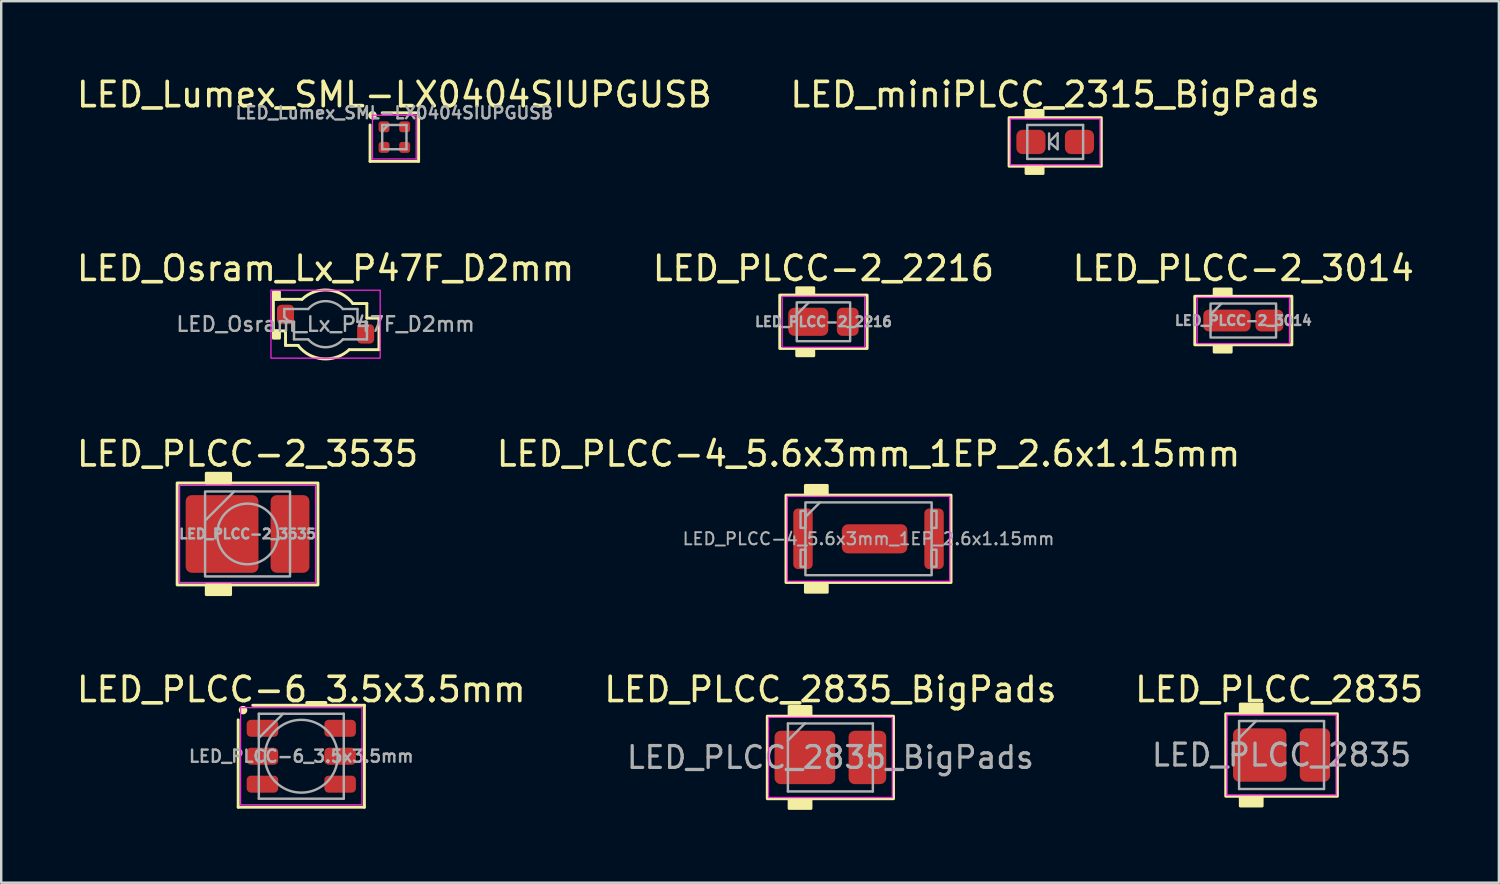
<source format=kicad_pcb>
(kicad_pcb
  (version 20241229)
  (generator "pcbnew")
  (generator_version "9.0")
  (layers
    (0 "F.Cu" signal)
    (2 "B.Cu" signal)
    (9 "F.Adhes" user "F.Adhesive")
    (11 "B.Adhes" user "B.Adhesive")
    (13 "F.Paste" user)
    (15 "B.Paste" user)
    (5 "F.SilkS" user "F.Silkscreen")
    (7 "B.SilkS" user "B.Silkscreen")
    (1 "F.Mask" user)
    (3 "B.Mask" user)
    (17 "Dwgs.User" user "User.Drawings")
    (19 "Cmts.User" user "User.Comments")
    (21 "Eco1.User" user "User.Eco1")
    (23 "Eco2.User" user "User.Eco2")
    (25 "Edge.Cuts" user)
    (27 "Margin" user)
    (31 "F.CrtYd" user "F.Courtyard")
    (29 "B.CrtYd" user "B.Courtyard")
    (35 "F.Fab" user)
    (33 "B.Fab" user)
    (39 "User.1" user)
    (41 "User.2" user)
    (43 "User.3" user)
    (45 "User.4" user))
  (footprint "LED_PLCC_2835"
    (layer "F.Cu")
    (at 49.749 28.056)
    (property "Reference" "LED_PLCC_2835" (at -0.1 -2.7 0) (layer "F.SilkS") (effects (font (size 1 1) (thickness 0.15))))
    (attr smd)
    (fp_rect (start -2.3 -1.7) (end 2.3 1.7) (stroke (width 0.12) (type solid)) (fill no) (layer "F.SilkS"))
    (fp_rect (start -1.7 -2.1) (end -0.8 -1.7) (stroke (width 0.12) (type solid)) (fill yes) (layer "F.SilkS"))
    (fp_rect (start -1.7 1.7) (end -0.8 2.1) (stroke (width 0.12) (type solid)) (fill yes) (layer "F.SilkS"))
    (fp_line (start -2.25 -1.65) (end 2.25 -1.65) (stroke (width 0.05) (type solid)) (layer "F.CrtYd"))
    (fp_line (start -2.25 1.65) (end -2.25 -1.65) (stroke (width 0.05) (type solid)) (layer "F.CrtYd"))
    (fp_line (start 2.25 -1.65) (end 2.25 1.65) (stroke (width 0.05) (type solid)) (layer "F.CrtYd"))
    (fp_line (start 2.25 1.65) (end -2.25 1.65) (stroke (width 0.05) (type solid)) (layer "F.CrtYd"))
    (fp_line (start -1.75 -1.4) (end -1.75 -0.7) (stroke (width 0.1) (type default)) (layer "F.Fab"))
    (fp_line (start -1.75 1.4) (end -1.75 -0.7) (stroke (width 0.1) (type solid)) (layer "F.Fab"))
    (fp_line (start -1.05 -1.4) (end -1.75 -1.4) (stroke (width 0.1) (type default)) (layer "F.Fab"))
    (fp_line (start -1.05 -1.4) (end -1.75 -0.7) (stroke (width 0.1) (type solid)) (layer "F.Fab"))
    (fp_line (start -1.05 -1.4) (end 1.75 -1.4) (stroke (width 0.1) (type solid)) (layer "F.Fab"))
    (fp_line (start 1.75 -1.4) (end 1.75 1.4) (stroke (width 0.1) (type solid)) (layer "F.Fab"))
    (fp_line (start 1.75 1.4) (end -1.75 1.4) (stroke (width 0.1) (type solid)) (layer "F.Fab"))
    (fp_text user "${REFERENCE}" (at 0 0 0) (layer "F.Fab") (effects (font (size 0.9 0.9) (thickness 0.135))))
    (pad "1" smd roundrect (at -0.9 0) (size 2.2 2.2) (layers "F.Cu" "F.Mask" "F.Paste") (roundrect_rratio 0.114))
    (pad "2" smd roundrect (at 1.375 0) (size 1.25 2.2) (layers "F.Cu" "F.Mask" "F.Paste") (roundrect_rratio 0.2)))
  (footprint "LED_PLCC-2_3535"
    (layer "F.Cu")
    (at 7.149 18.948)
    (property "Reference" "LED_PLCC-2_3535" (at 0 -3.3 0) (layer "F.SilkS") (effects (font (size 1 1) (thickness 0.15))))
    (attr smd)
    (fp_rect (start -2.9 -2.1) (end 2.9 2.1) (stroke (width 0.12) (type default)) (fill no) (layer "F.SilkS"))
    (fp_rect (start -1.7 -2.5) (end -0.7 -2.1) (stroke (width 0.12) (type default)) (fill yes) (layer "F.SilkS"))
    (fp_rect (start -1.7 2.1) (end -0.7 2.5) (stroke (width 0.12) (type default)) (fill yes) (layer "F.SilkS"))
    (fp_rect (start -2.8 -2) (end 2.8 2) (stroke (width 0.05) (type default)) (fill no) (layer "F.CrtYd"))
    (fp_line (start -1.75 -0.55) (end -0.55 -1.75) (stroke (width 0.1) (type default)) (layer "F.Fab"))
    (fp_rect (start -1.75 -1.75) (end 1.75 1.75) (stroke (width 0.1) (type default)) (fill no) (layer "F.Fab"))
    (fp_circle (center 0 0) (end 0 -1.25) (stroke (width 0.1) (type solid)) (fill no) (layer "F.Fab"))
    (fp_text user "${REFERENCE}" (at 0 0 0) (layer "F.Fab") (effects (font (size 0.4 0.4) (thickness 0.1))))
    (pad "1" smd roundrect (at -1.05 0) (size 3 3.2) (layers "F.Cu" "F.Mask" "F.Paste") (roundrect_rratio 0.083))
    (pad "2" smd roundrect (at 1.75 0) (size 1.6 3.2) (layers "F.Cu" "F.Mask" "F.Paste") (roundrect_rratio 0.156)))
  (footprint "LED_PLCC-2_3014"
    (layer "F.Cu")
    (at 48.173 10.156)
    (property "Reference" "LED_PLCC-2_3014" (at 0 -2.15 0) (layer "F.SilkS") (effects (font (size 1 1) (thickness 0.15))))
    (attr smd)
    (fp_rect (start -2 -1) (end 2 1) (stroke (width 0.12) (type default)) (fill no) (layer "F.SilkS"))
    (fp_rect (start -1.2 -1.3) (end -0.5 -1) (stroke (width 0.12) (type solid)) (fill yes) (layer "F.SilkS"))
    (fp_rect (start -1.2 1) (end -0.5 1.3) (stroke (width 0.12) (type solid)) (fill yes) (layer "F.SilkS"))
    (fp_rect (start -1.9 -0.95) (end 1.9 0.95) (stroke (width 0.05) (type default)) (fill no) (layer "F.CrtYd"))
    (fp_line (start -1.35 -0.25) (end -0.9 -0.7) (stroke (width 0.1) (type default)) (layer "F.Fab"))
    (fp_rect (start -1.35 -0.7) (end 1.35 0.7) (stroke (width 0.1) (type default)) (fill no) (layer "F.Fab"))
    (fp_text user "${REFERENCE}" (at 0 0 0) (layer "F.Fab") (effects (font (size 0.4 0.4) (thickness 0.1))))
    (pad "1" smd roundrect (at -0.675 0 180) (size 1.95 0.9) (layers "F.Cu" "F.Mask" "F.Paste") (roundrect_rratio 0.25))
    (pad "2" smd roundrect (at 1.075 0 180) (size 1.15 0.9) (layers "F.Cu" "F.Mask" "F.Paste") (roundrect_rratio 0.25)))
  (footprint "LED_PLCC_2835_BigPads"
    (layer "F.Cu")
    (at 31.161 28.156)
    (property "Reference" "LED_PLCC_2835_BigPads" (at 0 -2.8 0) (layer "F.SilkS") (effects (font (size 1 1) (thickness 0.15))))
    (attr smd)
    (fp_rect (start -2.6 -1.7) (end 2.6 1.7) (stroke (width 0.12) (type solid)) (fill no) (layer "F.SilkS"))
    (fp_rect (start -1.7 -2.1) (end -0.8 -1.7) (stroke (width 0.12) (type solid)) (fill yes) (layer "F.SilkS"))
    (fp_rect (start -1.7 1.7) (end -0.8 2.1) (stroke (width 0.12) (type solid)) (fill yes) (layer "F.SilkS"))
    (fp_line (start -2.55 -1.65) (end 2.55 -1.65) (stroke (width 0.05) (type solid)) (layer "F.CrtYd"))
    (fp_line (start -2.55 1.65) (end -2.55 -1.65) (stroke (width 0.05) (type solid)) (layer "F.CrtYd"))
    (fp_line (start 2.55 -1.65) (end 2.55 1.65) (stroke (width 0.05) (type solid)) (layer "F.CrtYd"))
    (fp_line (start 2.55 1.65) (end -2.55 1.65) (stroke (width 0.05) (type solid)) (layer "F.CrtYd"))
    (fp_line (start -1.75 -1.4) (end -1.05 -1.4) (stroke (width 0.1) (type default)) (layer "F.Fab"))
    (fp_line (start -1.75 -0.7) (end -1.75 -1.4) (stroke (width 0.1) (type default)) (layer "F.Fab"))
    (fp_line (start -1.75 1.4) (end -1.75 -0.7) (stroke (width 0.1) (type solid)) (layer "F.Fab"))
    (fp_line (start -1.05 -1.4) (end -1.75 -0.7) (stroke (width 0.1) (type solid)) (layer "F.Fab"))
    (fp_line (start -1.05 -1.4) (end 1.75 -1.4) (stroke (width 0.1) (type solid)) (layer "F.Fab"))
    (fp_line (start 1.75 -1.4) (end 1.75 1.4) (stroke (width 0.1) (type solid)) (layer "F.Fab"))
    (fp_line (start 1.75 1.4) (end -1.75 1.4) (stroke (width 0.1) (type solid)) (layer "F.Fab"))
    (fp_text user "${REFERENCE}" (at 0 0 0) (layer "F.Fab") (effects (font (size 0.9 0.9) (thickness 0.135))))
    (pad "1" smd roundrect (at -1.05 0) (size 2.5 2.2) (layers "F.Cu" "F.Mask" "F.Paste") (roundrect_rratio 0.114))
    (pad "2" smd roundrect (at 1.525 0) (size 1.55 2.2) (layers "F.Cu" "F.Mask" "F.Paste") (roundrect_rratio 0.161)))
  (footprint "LED_Osram_Lx_P47F_D2mm"
    (layer "F.Cu")
    (at 10.363 10.306)
    (property "Reference" "LED_Osram_Lx_P47F_D2mm" (at 0 -2.3 0) (layer "F.SilkS") (effects (font (size 1 1) (thickness 0.15))))
    (attr smd)
    (fp_line (start -2.15 -1.025) (end -2.15 0.275) (stroke (width 0.12) (type solid)) (layer "F.SilkS"))
    (fp_line (start -2.15 -1.025) (end -0.975 -1.025) (stroke (width 0.12) (type solid)) (layer "F.SilkS"))
    (fp_line (start -1.65 0.275) (end -2.15 0.275) (stroke (width 0.12) (type solid)) (layer "F.SilkS"))
    (fp_line (start -1.65 0.275) (end -1.65 0.875) (stroke (width 0.12) (type solid)) (layer "F.SilkS"))
    (fp_line (start -1.125 0.875) (end -1.65 0.875) (stroke (width 0.12) (type solid)) (layer "F.SilkS"))
    (fp_line (start 1.125 -0.85) (end 1.7 -0.85) (stroke (width 0.12) (type solid)) (layer "F.SilkS"))
    (fp_line (start 1.7 -0.25) (end 1.7 -0.85) (stroke (width 0.12) (type solid)) (layer "F.SilkS"))
    (fp_line (start 1.7 -0.25) (end 2.2 -0.25) (stroke (width 0.12) (type solid)) (layer "F.SilkS"))
    (fp_line (start 2.2 1.05) (end 0.975 1.05) (stroke (width 0.12) (type solid)) (layer "F.SilkS"))
    (fp_line (start 2.2 1.05) (end 2.2 -0.25) (stroke (width 0.12) (type solid)) (layer "F.SilkS"))
    (fp_rect (start -2.15 -1.325) (end -1.9 -1.025) (stroke (width 0.12) (type solid)) (fill yes) (layer "F.SilkS"))
    (fp_rect (start -2.15 0.275) (end -1.9 0.575) (stroke (width 0.12) (type solid)) (fill yes) (layer "F.SilkS"))
    (fp_arc (start -0.971796 -1.021634) (mid 0.115032 -1.405309) (end 1.124999 -0.85) (stroke (width 0.12) (type solid)) (layer "F.SilkS"))
    (fp_arc (start 0.975 1.05) (mid -0.115488 1.428212) (end -1.131039 0.879702) (stroke (width 0.12) (type solid)) (layer "F.SilkS"))
    (fp_rect (start -2.25 -1.4) (end 2.25 1.4) (stroke (width 0.05) (type default)) (fill no) (layer "F.CrtYd"))
    (fp_line (start -1.7 -0.625) (end -0.715 -0.625) (stroke (width 0.1) (type solid)) (layer "F.Fab"))
    (fp_line (start -1.7 -0.3) (end -1.7 -0.625) (stroke (width 0.1) (type solid)) (layer "F.Fab"))
    (fp_line (start -1.7 -0.3) (end -1.5 -0.1) (stroke (width 0.1) (type solid)) (layer "F.Fab"))
    (fp_line (start -1.5 -0.1) (end -1.3 -0.1) (stroke (width 0.1) (type solid)) (layer "F.Fab"))
    (fp_line (start -1.3 0.625) (end -1.3 -0.1) (stroke (width 0.1) (type solid)) (layer "F.Fab"))
    (fp_line (start -0.715 0.625) (end -1.3 0.625) (stroke (width 0.1) (type solid)) (layer "F.Fab"))
    (fp_line (start 0.715 -0.625) (end 1.315 -0.625) (stroke (width 0.1) (type solid)) (layer "F.Fab"))
    (fp_line (start 0.715 0.625) (end 1.705 0.625) (stroke (width 0.1) (type solid)) (layer "F.Fab"))
    (fp_line (start 1.315 -0.625) (end 1.315 -0.095) (stroke (width 0.1) (type solid)) (layer "F.Fab"))
    (fp_line (start 1.705 -0.095) (end 1.315 -0.095) (stroke (width 0.1) (type solid)) (layer "F.Fab"))
    (fp_line (start 1.705 -0.095) (end 1.705 0.625) (stroke (width 0.1) (type solid)) (layer "F.Fab"))
    (fp_arc (start -0.714073 -0.626059) (mid 0.000704 -0.949658) (end 0.715 -0.625) (stroke (width 0.1) (type solid)) (layer "F.Fab"))
    (fp_arc (start 0.714073 0.626059) (mid -0.000704 0.949658) (end -0.715 0.625) (stroke (width 0.1) (type solid)) (layer "F.Fab"))
    (fp_text user "${REFERENCE}" (at 0 0 0) (layer "F.Fab") (effects (font (size 0.6 0.6) (thickness 0.1))))
    (pad "" smd circle (at 0 0) (size 2.3 2.3) (layers "F.Mask"))
    (pad "1" smd roundrect (at -1.65 -0.4) (size 0.7 0.8) (layers "F.Cu" "F.Mask" "F.Paste") (roundrect_rratio 0.25))
    (pad "2" smd roundrect (at 1.65 0.4) (size 0.7 0.8) (layers "F.Cu" "F.Mask" "F.Paste") (roundrect_rratio 0.25))
    (zone (net_name "") (layer "F.Cu") (name "Cu Keepout") (hatch edge 0.5) (connect_pads) (min_thickness 0.25) (filled_areas_thickness no) (keepout (tracks not_allowed) (vias not_allowed) (pads not_allowed) (copperpour not_allowed) (footprints allowed)) (placement (enabled no)) (fill) (polygon (pts (xy 12.363 10.306) (xy 12.363 10.107) (xy 11.663 10.107) (xy 11.663 9.056) (xy 9.063 9.056) (xy 9.063 9.306) (xy 8.363 9.306) (xy 8.363 9.507) (xy 9.063 9.507) (xy 9.063 10.306) (xy 8.363 10.306) (xy 8.363 10.507) (xy 9.063 10.507) (xy 9.063 11.556) (xy 11.663 11.556) (xy 11.663 11.306) (xy 12.363 11.306) (xy 12.363 11.107) (xy 11.663 11.107) (xy 11.663 10.306)))))
  (footprint "LED_miniPLCC_2315_BigPads"
    (layer "F.Cu")
    (at 40.423 2.798)
    (property "Reference" "LED_miniPLCC_2315_BigPads" (at 0 -1.95 0) (layer "F.SilkS") (effects (font (size 1 1) (thickness 0.15))))
    (attr smd)
    (fp_rect (start -1.9 -1) (end 1.9 1) (stroke (width 0.12) (type solid)) (fill no) (layer "F.SilkS"))
    (fp_rect (start -1.2 -1.3) (end -0.5 -1) (stroke (width 0.12) (type solid)) (fill yes) (layer "F.SilkS"))
    (fp_rect (start -1.2 1) (end -0.5 1.3) (stroke (width 0.12) (type solid)) (fill yes) (layer "F.SilkS"))
    (fp_line (start -1.85 -0.95) (end 1.85 -0.95) (stroke (width 0.05) (type solid)) (layer "F.CrtYd"))
    (fp_line (start -1.85 0.95) (end -1.85 -0.95) (stroke (width 0.05) (type solid)) (layer "F.CrtYd"))
    (fp_line (start 1.85 -0.95) (end 1.85 0.95) (stroke (width 0.05) (type solid)) (layer "F.CrtYd"))
    (fp_line (start 1.85 0.95) (end -1.85 0.95) (stroke (width 0.05) (type solid)) (layer "F.CrtYd"))
    (fp_line (start -1.15 -0.7) (end 1.15 -0.7) (stroke (width 0.1) (type solid)) (layer "F.Fab"))
    (fp_line (start -1.15 0.7) (end -1.15 -0.7) (stroke (width 0.1) (type solid)) (layer "F.Fab"))
    (fp_line (start -0.25 -0.35) (end -0.25 0.3) (stroke (width 0.1) (type solid)) (layer "F.Fab"))
    (fp_line (start -0.25 0) (end 0.1 0.3) (stroke (width 0.1) (type solid)) (layer "F.Fab"))
    (fp_line (start 0.1 -0.35) (end -0.25 0) (stroke (width 0.1) (type solid)) (layer "F.Fab"))
    (fp_line (start 0.1 0.3) (end 0.1 -0.35) (stroke (width 0.1) (type solid)) (layer "F.Fab"))
    (fp_line (start 1.15 -0.7) (end 1.15 0.7) (stroke (width 0.1) (type solid)) (layer "F.Fab"))
    (fp_line (start 1.15 0.7) (end -1.15 0.7) (stroke (width 0.1) (type solid)) (layer "F.Fab"))
    (pad "1" smd roundrect (at -1 0 180) (size 1.2 1) (layers "F.Cu" "F.Mask" "F.Paste") (roundrect_rratio 0.25))
    (pad "2" smd roundrect (at 1 0 180) (size 1.2 1) (layers "F.Cu" "F.Mask" "F.Paste") (roundrect_rratio 0.25)))
  (footprint "LED_PLCC-2_2216"
    (layer "F.Cu")
    (at 30.875 10.207)
    (property "Reference" "LED_PLCC-2_2216" (at 0 -2.2 0) (layer "F.SilkS") (effects (font (size 1 1) (thickness 0.15))))
    (attr smd)
    (fp_rect (start -1.8 -1.1) (end 1.8 1.1) (stroke (width 0.12) (type solid)) (fill no) (layer "F.SilkS"))
    (fp_rect (start -1.1 -1.4) (end -0.4 -1.1) (stroke (width 0.12) (type solid)) (fill yes) (layer "F.SilkS"))
    (fp_rect (start -1.1 1.1) (end -0.4 1.4) (stroke (width 0.12) (type solid)) (fill yes) (layer "F.SilkS"))
    (fp_rect (start -1.7 -1.05) (end 1.7 1.05) (stroke (width 0.05) (type default)) (fill no) (layer "F.CrtYd"))
    (fp_line (start -1.1 -0.3) (end -0.6 -0.8) (stroke (width 0.1) (type default)) (layer "F.Fab"))
    (fp_rect (start -1.1 -0.8) (end 1.1 0.8) (stroke (width 0.1) (type default)) (fill no) (layer "F.Fab"))
    (fp_text user "${REFERENCE}" (at 0 0 0) (layer "F.Fab") (effects (font (size 0.4 0.4) (thickness 0.1))))
    (pad "1" smd roundrect (at -0.625 0) (size 1.65 1.16) (layers "F.Cu" "F.Mask" "F.Paste") (roundrect_rratio 0.216))
    (pad "2" smd roundrect (at 1 0) (size 0.9 1.16) (layers "F.Cu" "F.Mask" "F.Paste") (roundrect_rratio 0.25)))
  (footprint "LED_PLCC-6_3.5x3.5mm"
    (layer "F.Cu")
    (at 9.363 28.106)
    (property "Reference" "LED_PLCC-6_3.5x3.5mm" (at 0 -2.75 0) (layer "F.SilkS") (effects (font (size 1 1) (thickness 0.15))))
    (attr smd)
    (fp_line (start -2.6 -1.5) (end -2.6 2.1) (stroke (width 0.12) (type default)) (layer "F.SilkS"))
    (fp_line (start -2.6 2.1) (end 2.6 2.1) (stroke (width 0.12) (type default)) (layer "F.SilkS"))
    (fp_line (start 2.6 -2.1) (end -2 -2.1) (stroke (width 0.12) (type default)) (layer "F.SilkS"))
    (fp_line (start 2.6 2.1) (end 2.6 -2.1) (stroke (width 0.12) (type default)) (layer "F.SilkS"))
    (fp_circle (center -2.4 -1.9) (end -2.3 -1.9) (stroke (width 0.15) (type solid)) (fill yes) (layer "F.SilkS"))
    (fp_rect (start -2.5 -2) (end 2.5 2) (stroke (width 0.05) (type default)) (fill no) (layer "F.CrtYd"))
    (fp_line (start -1.75 -1.75) (end -1.75 1.75) (stroke (width 0.1) (type solid)) (layer "F.Fab"))
    (fp_line (start -1.75 1.75) (end 1.75 1.75) (stroke (width 0.1) (type solid)) (layer "F.Fab"))
    (fp_line (start -0.75 -1.75) (end -1.75 -0.75) (stroke (width 0.1) (type solid)) (layer "F.Fab"))
    (fp_line (start 1.75 -1.75) (end -1.75 -1.75) (stroke (width 0.1) (type solid)) (layer "F.Fab"))
    (fp_line (start 1.75 1.75) (end 1.75 -1.75) (stroke (width 0.1) (type solid)) (layer "F.Fab"))
    (fp_circle (center 0 0) (end 0 -1.5) (stroke (width 0.1) (type solid)) (fill no) (layer "F.Fab"))
    (fp_text user "${REFERENCE}" (at 0 0 0) (layer "F.Fab") (effects (font (size 0.5 0.5) (thickness 0.1))))
    (pad "1" smd roundrect (at -1.6 -1.15) (size 1.3 0.7) (layers "F.Cu" "F.Mask" "F.Paste") (roundrect_rratio 0.25))
    (pad "2" smd roundrect (at -1.6 0) (size 1.3 0.7) (layers "F.Cu" "F.Mask" "F.Paste") (roundrect_rratio 0.25))
    (pad "3" smd roundrect (at -1.6 1.15) (size 1.3 0.7) (layers "F.Cu" "F.Mask" "F.Paste") (roundrect_rratio 0.25))
    (pad "4" smd roundrect (at 1.6 1.15) (size 1.3 0.7) (layers "F.Cu" "F.Mask" "F.Paste") (roundrect_rratio 0.25))
    (pad "5" smd roundrect (at 1.6 0) (size 1.3 0.7) (layers "F.Cu" "F.Mask" "F.Paste") (roundrect_rratio 0.25))
    (pad "6" smd roundrect (at 1.6 -1.15) (size 1.3 0.7) (layers "F.Cu" "F.Mask" "F.Paste") (roundrect_rratio 0.25)))
  (footprint "LED_PLCC-4_5.6x3mm_1EP_2.6x1.15mm"
    (layer "F.Cu")
    (at 32.732 19.148)
    (property "Reference" "LED_PLCC-4_5.6x3mm_1EP_2.6x1.15mm" (at 0 -3.5 0) (layer "F.SilkS") (effects (font (size 1 1) (thickness 0.15))))
    (attr smd)
    (fp_rect (start -3.4 -1.8) (end 3.4 1.8) (stroke (width 0.12) (type default)) (fill no) (layer "F.SilkS"))
    (fp_rect (start -2.6 -2.2) (end -1.7 -1.8) (stroke (width 0.12) (type default)) (fill yes) (layer "F.SilkS"))
    (fp_rect (start -2.6 1.8) (end -1.7 2.2) (stroke (width 0.12) (type default)) (fill yes) (layer "F.SilkS"))
    (fp_rect (start -3.35 -1.75) (end 3.35 1.75) (stroke (width 0.05) (type default)) (fill no) (layer "F.CrtYd"))
    (fp_line (start -2.6 -0.9) (end -2 -1.5) (stroke (width 0.1) (type default)) (layer "F.Fab"))
    (fp_rect (start -2.8 -1.15) (end -2.6 -0.45) (stroke (width 0.1) (type default)) (fill no) (layer "F.Fab"))
    (fp_rect (start -2.8 0.45) (end -2.6 1.15) (stroke (width 0.1) (type default)) (fill no) (layer "F.Fab"))
    (fp_rect (start -2.6 -1.5) (end 2.6 1.5) (stroke (width 0.1) (type default)) (fill no) (layer "F.Fab"))
    (fp_rect (start 2.6 -1.15) (end 2.8 -0.45) (stroke (width 0.1) (type default)) (fill no) (layer "F.Fab"))
    (fp_rect (start 2.6 0.45) (end 2.8 1.15) (stroke (width 0.1) (type default)) (fill no) (layer "F.Fab"))
    (fp_text user "${REFERENCE}" (at 0 0 0) (layer "F.Fab") (effects (font (size 0.5 0.5) (thickness 0.08))))
    (pad "" smd roundrect (at -0.65 0) (size 0.7 1) (layers "F.Paste") (roundrect_rratio 0.25))
    (pad "" smd roundrect (at 0.25 0) (size 0.7 1) (layers "F.Paste") (roundrect_rratio 0.25))
    (pad "" smd roundrect (at 1.15 0) (size 0.7 1) (layers "F.Paste") (roundrect_rratio 0.25))
    (pad "1" smd roundrect (at -2.7 0) (size 0.8 2.5) (layers "F.Cu" "F.Mask" "F.Paste") (roundrect_rratio 0.25))
    (pad "2" smd roundrect (at 2.7 0) (size 0.8 2.5) (layers "F.Cu" "F.Mask" "F.Paste") (roundrect_rratio 0.25))
    (pad "3" smd roundrect (at 0.25 0) (size 2.7 1.2) (layers "F.Cu" "F.Mask") (roundrect_rratio 0.208)))
  (footprint "LED_Lumex_SML-LX0404SIUPGUSB"
    (layer "F.Cu")
    (at 13.196 2.598)
    (property "Reference" "LED_Lumex_SML-LX0404SIUPGUSB" (at 0 -1.75 0) (layer "F.SilkS") (effects (font (size 1 1) (thickness 0.15))))
    (attr smd)
    (fp_line (start -1 1) (end -1 -0.5) (stroke (width 0.12) (type default)) (layer "F.SilkS"))
    (fp_line (start -0.5 -1) (end 1 -1) (stroke (width 0.12) (type default)) (layer "F.SilkS"))
    (fp_line (start 1 -1) (end 1 1) (stroke (width 0.12) (type default)) (layer "F.SilkS"))
    (fp_line (start 1 1) (end -1 1) (stroke (width 0.12) (type default)) (layer "F.SilkS"))
    (fp_circle (center -0.9 -0.9) (end -0.8 -0.9) (stroke (width 0.15) (type solid)) (fill yes) (layer "F.SilkS"))
    (fp_line (start -0.9 -0.9) (end -0.9 0.9) (stroke (width 0.05) (type solid)) (layer "F.CrtYd"))
    (fp_line (start -0.9 0.9) (end 0.9 0.9) (stroke (width 0.05) (type solid)) (layer "F.CrtYd"))
    (fp_line (start 0.9 -0.9) (end -0.9 -0.9) (stroke (width 0.05) (type solid)) (layer "F.CrtYd"))
    (fp_line (start 0.9 0.9) (end 0.9 -0.9) (stroke (width 0.05) (type solid)) (layer "F.CrtYd"))
    (fp_line (start -0.5 -0.5) (end -0.25 -0.5) (stroke (width 0.1) (type default)) (layer "F.Fab"))
    (fp_line (start -0.5 -0.25) (end -0.5 -0.5) (stroke (width 0.1) (type default)) (layer "F.Fab"))
    (fp_line (start -0.5 -0.25) (end -0.5 0.5) (stroke (width 0.1) (type solid)) (layer "F.Fab"))
    (fp_line (start -0.5 0.5) (end 0.5 0.5) (stroke (width 0.1) (type solid)) (layer "F.Fab"))
    (fp_line (start -0.25 -0.5) (end -0.5 -0.25) (stroke (width 0.1) (type solid)) (layer "F.Fab"))
    (fp_line (start 0.5 -0.5) (end -0.25 -0.5) (stroke (width 0.1) (type solid)) (layer "F.Fab"))
    (fp_line (start 0.5 0.5) (end 0.5 -0.5) (stroke (width 0.1) (type solid)) (layer "F.Fab"))
    (fp_text user "${REFERENCE}" (at 0 -1 0) (layer "F.Fab") (effects (font (size 0.5 0.5) (thickness 0.1))))
    (pad "1" smd roundrect (at -0.425 -0.425) (size 0.45 0.45) (layers "F.Cu" "F.Mask" "F.Paste") (roundrect_rratio 0.25))
    (pad "2" smd roundrect (at 0.425 -0.425) (size 0.45 0.45) (layers "F.Cu" "F.Mask" "F.Paste") (roundrect_rratio 0.25))
    (pad "3" smd roundrect (at 0.425 0.425) (size 0.45 0.45) (layers "F.Cu" "F.Mask" "F.Paste") (roundrect_rratio 0.25))
    (pad "4" smd roundrect (at -0.425 0.425) (size 0.45 0.45) (layers "F.Cu" "F.Mask" "F.Paste") (roundrect_rratio 0.25)))
  (gr_rect
    (start -3 -3)
    (end 58.702 33.316)
    (stroke (width 0.1) (type default))
    (fill no)
    (layer "Edge.Cuts")))
</source>
